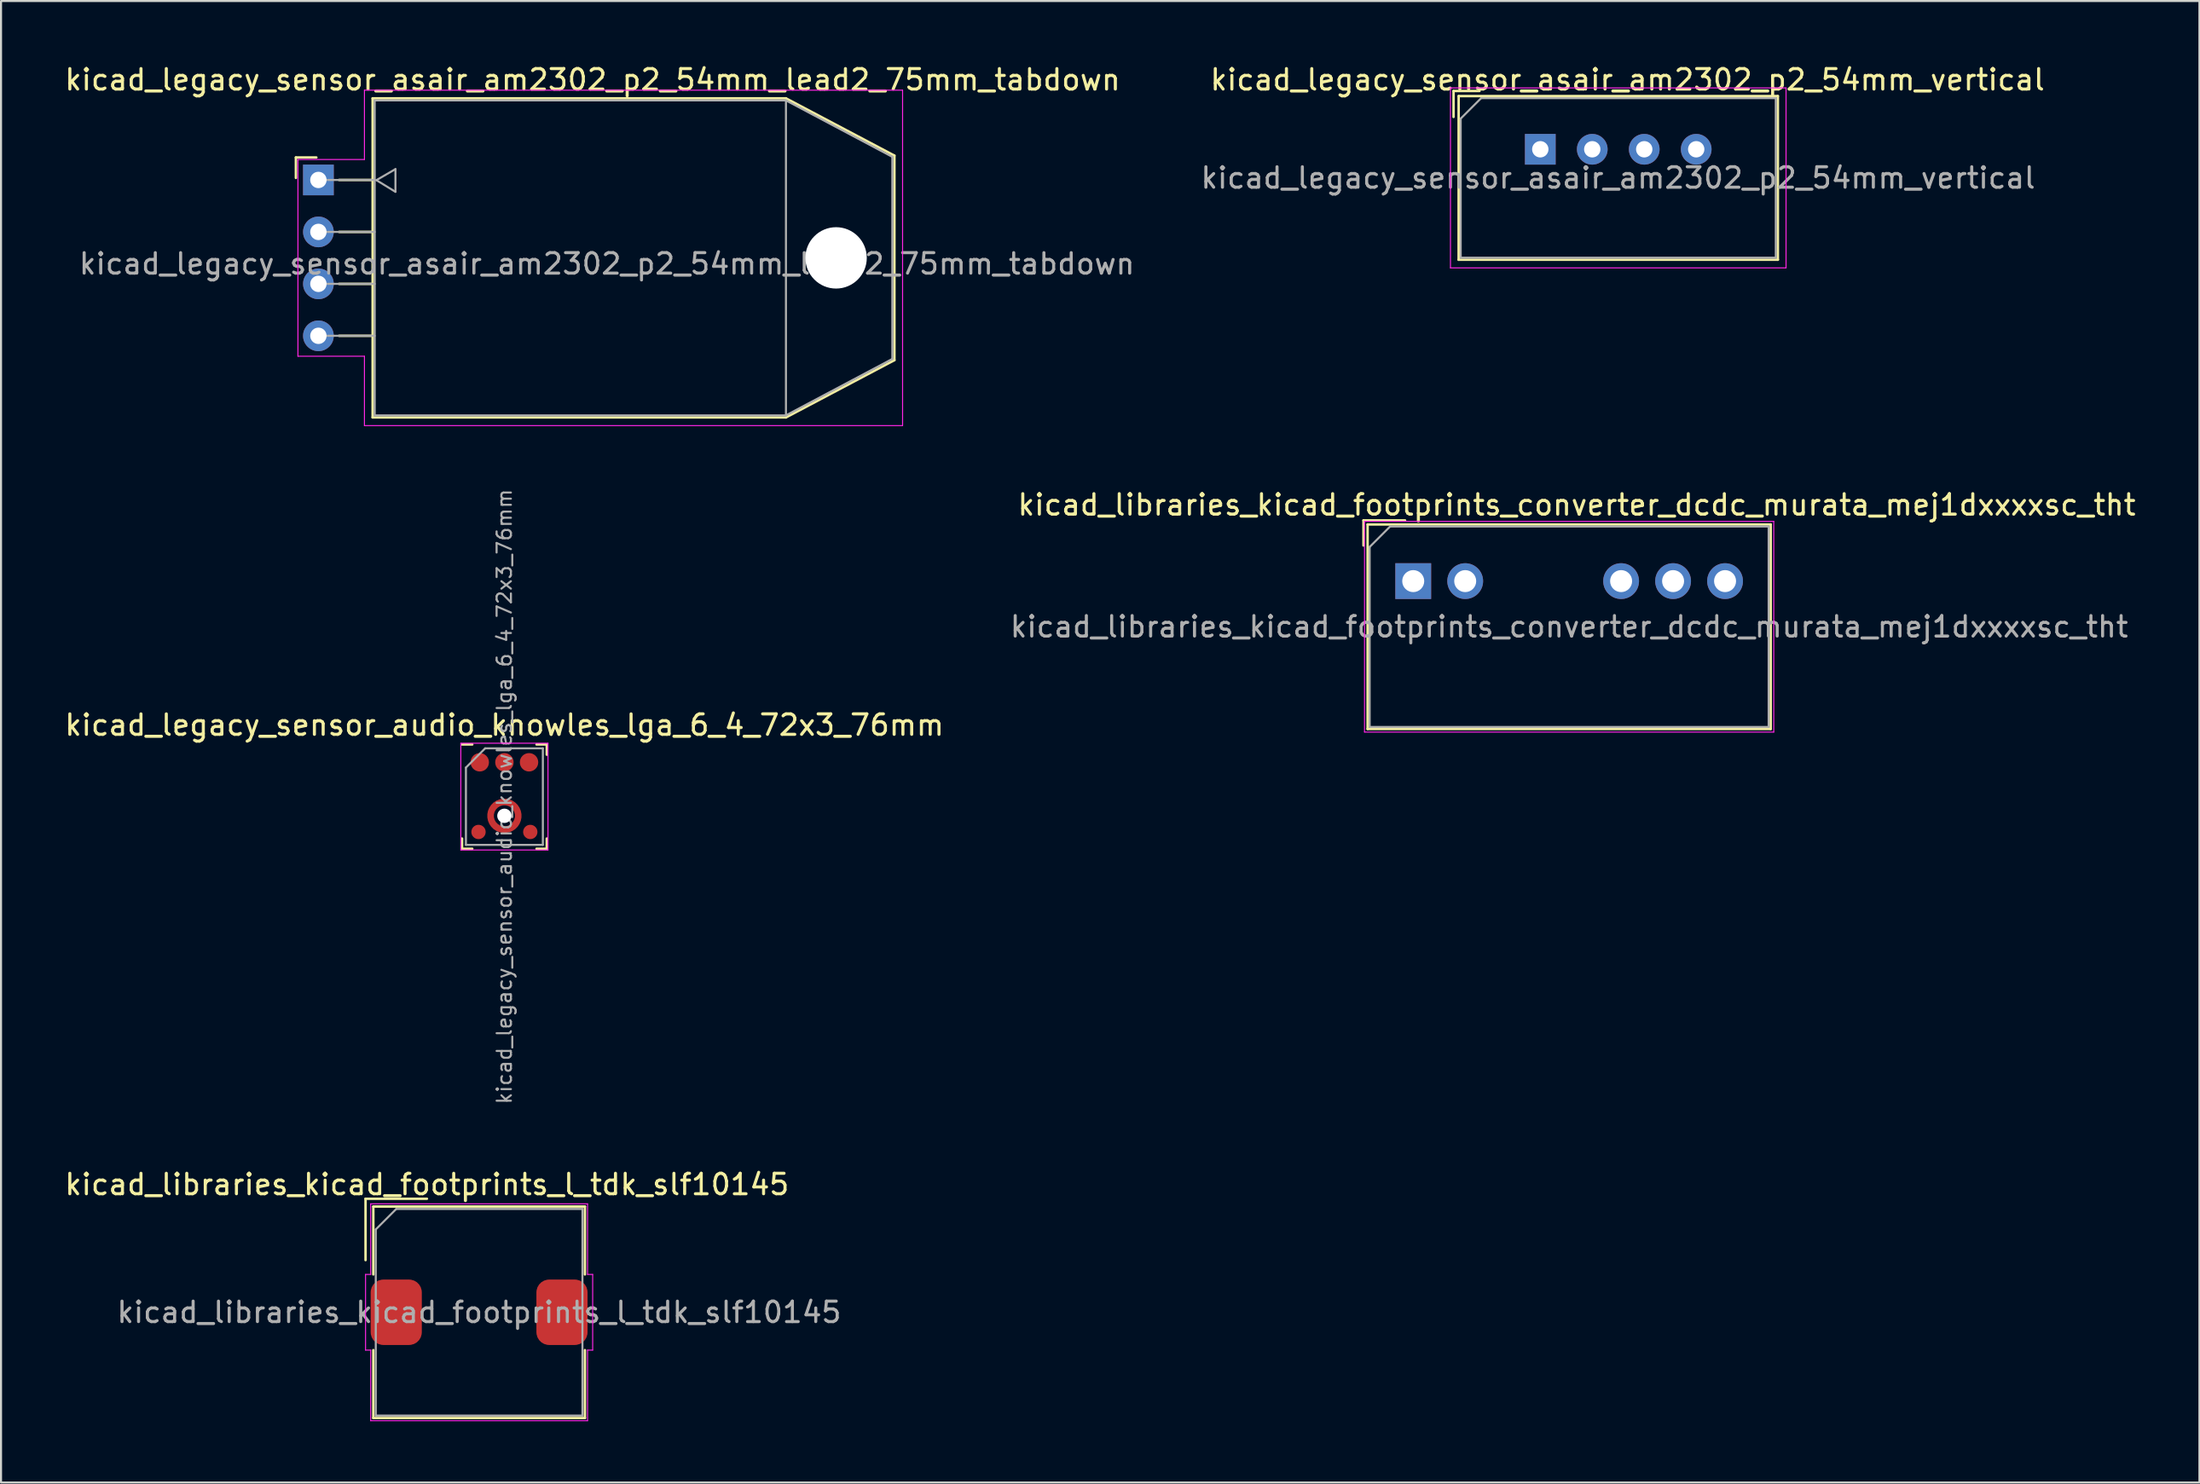
<source format=kicad_pcb>
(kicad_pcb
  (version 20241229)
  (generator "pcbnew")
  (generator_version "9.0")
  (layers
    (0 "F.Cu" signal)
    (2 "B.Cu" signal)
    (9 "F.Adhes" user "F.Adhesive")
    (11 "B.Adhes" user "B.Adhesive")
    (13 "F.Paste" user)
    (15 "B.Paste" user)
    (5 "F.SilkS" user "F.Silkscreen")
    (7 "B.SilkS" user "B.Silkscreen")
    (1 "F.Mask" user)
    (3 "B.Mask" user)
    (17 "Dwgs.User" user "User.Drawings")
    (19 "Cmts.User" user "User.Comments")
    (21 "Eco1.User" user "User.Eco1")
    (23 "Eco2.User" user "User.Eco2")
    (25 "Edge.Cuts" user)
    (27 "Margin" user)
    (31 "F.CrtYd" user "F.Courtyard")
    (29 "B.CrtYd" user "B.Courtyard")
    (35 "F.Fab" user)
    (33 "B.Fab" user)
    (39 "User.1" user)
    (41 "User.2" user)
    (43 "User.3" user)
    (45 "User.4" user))
  (footprint "kicad_libraries_kicad_footprints_converter_dcdc_murata_mej1dxxxxsc_tht"
    (layer "F.Cu")
    (at 66.017 25.361)
    (property "Reference" "kicad_libraries_kicad_footprints_converter_dcdc_murata_mej1dxxxxsc_tht" (at 7.99 -3.73 0) (layer "F.SilkS") (effects (font (size 1 1) (thickness 0.15))))
    (attr through_hole)
    (fp_line (start -2.43 -2.97) (end -2.43 -1.74) (stroke (width 0.12) (type solid)) (layer "F.SilkS"))
    (fp_line (start -2.43 -2.97) (end -0.4 -2.97) (stroke (width 0.12) (type solid)) (layer "F.SilkS"))
    (fp_line (start -2.23 -2.77) (end -2.23 7.23) (stroke (width 0.12) (type solid)) (layer "F.SilkS"))
    (fp_line (start -2.23 7.23) (end 17.47 7.23) (stroke (width 0.12) (type solid)) (layer "F.SilkS"))
    (fp_line (start 17.47 -2.77) (end -2.23 -2.77) (stroke (width 0.12) (type solid)) (layer "F.SilkS"))
    (fp_line (start 17.47 7.23) (end 17.47 -2.77) (stroke (width 0.12) (type solid)) (layer "F.SilkS"))
    (fp_line (start -2.38 -2.92) (end -2.38 7.38) (stroke (width 0.05) (type solid)) (layer "F.CrtYd"))
    (fp_line (start 17.62 -2.92) (end -2.38 -2.92) (stroke (width 0.05) (type solid)) (layer "F.CrtYd"))
    (fp_line (start 17.62 7.38) (end -2.38 7.38) (stroke (width 0.05) (type solid)) (layer "F.CrtYd"))
    (fp_line (start 17.62 7.38) (end 17.62 -2.92) (stroke (width 0.05) (type solid)) (layer "F.CrtYd"))
    (fp_line (start -2.13 -1.67) (end -2.13 7.13) (stroke (width 0.1) (type solid)) (layer "F.Fab"))
    (fp_line (start -1.13 -2.67) (end -2.13 -1.67) (stroke (width 0.1) (type solid)) (layer "F.Fab"))
    (fp_line (start 17.37 -2.67) (end -1.13 -2.67) (stroke (width 0.1) (type solid)) (layer "F.Fab"))
    (fp_line (start 17.37 -2.67) (end 17.37 7.13) (stroke (width 0.1) (type solid)) (layer "F.Fab"))
    (fp_line (start 17.37 7.13) (end -2.13 7.13) (stroke (width 0.1) (type solid)) (layer "F.Fab"))
    (fp_text user "${REFERENCE}" (at 7.62 2.23 180) (layer "F.Fab") (effects (font (size 1 1) (thickness 0.15))))
    (pad "1" thru_hole rect (at 0 0) (size 1.75 1.75) (drill 1.075) (layers "*.Cu" "*.Mask"))
    (pad "2" thru_hole oval (at 2.54 0) (size 1.75 1.75) (drill 1.075) (layers "*.Cu" "*.Mask"))
    (pad "5" thru_hole oval (at 10.16 0) (size 1.75 1.75) (drill 1.075) (layers "*.Cu" "*.Mask"))
    (pad "6" thru_hole oval (at 12.7 0) (size 1.75 1.75) (drill 1.075) (layers "*.Cu" "*.Mask"))
    (pad "7" thru_hole oval (at 15.24 0) (size 1.75 1.75) (drill 1.075) (layers "*.Cu" "*.Mask")))
  (footprint "kicad_legacy_sensor_asair_am2302_p2_54mm_vertical"
    (layer "F.Cu")
    (at 72.227 4.248)
    (property "Reference" "kicad_legacy_sensor_asair_am2302_p2_54mm_vertical" (at 4.26 -3.4 180) (layer "F.SilkS") (effects (font (size 1 1) (thickness 0.15))))
    (attr through_hole)
    (fp_line (start -4.24 -2.85) (end -2.97 -2.85) (stroke (width 0.12) (type solid)) (layer "F.SilkS"))
    (fp_line (start -4.24 -1.58) (end -4.24 -2.85) (stroke (width 0.12) (type solid)) (layer "F.SilkS"))
    (fp_line (start -3.99 -2.6) (end 11.61 -2.6) (stroke (width 0.12) (type solid)) (layer "F.SilkS"))
    (fp_line (start -3.99 5.4) (end -3.99 -2.6) (stroke (width 0.12) (type solid)) (layer "F.SilkS"))
    (fp_line (start 11.61 -2.6) (end 11.61 5.4) (stroke (width 0.12) (type solid)) (layer "F.SilkS"))
    (fp_line (start 11.61 5.4) (end -3.99 5.4) (stroke (width 0.12) (type solid)) (layer "F.SilkS"))
    (fp_line (start -4.39 -3) (end 12.01 -3) (stroke (width 0.05) (type solid)) (layer "F.CrtYd"))
    (fp_line (start -4.39 5.8) (end -4.39 -3) (stroke (width 0.05) (type solid)) (layer "F.CrtYd"))
    (fp_line (start 12.01 -3) (end 12.01 5.8) (stroke (width 0.05) (type solid)) (layer "F.CrtYd"))
    (fp_line (start 12.01 5.8) (end -4.39 5.8) (stroke (width 0.05) (type solid)) (layer "F.CrtYd"))
    (fp_line (start -3.89 5.3) (end -3.89 -1.5) (stroke (width 0.1) (type solid)) (layer "F.Fab"))
    (fp_line (start -3.89 5.3) (end 11.51 5.3) (stroke (width 0.1) (type solid)) (layer "F.Fab"))
    (fp_line (start -2.89 -2.5) (end -3.89 -1.5) (stroke (width 0.1) (type default)) (layer "F.Fab"))
    (fp_line (start -2.89 -2.5) (end 11.51 -2.5) (stroke (width 0.1) (type solid)) (layer "F.Fab"))
    (fp_line (start 11.51 -2.5) (end 11.51 5.3) (stroke (width 0.1) (type solid)) (layer "F.Fab"))
    (fp_text user "${REFERENCE}" (at 3.8 1.4 180) (layer "F.Fab") (effects (font (size 1 1) (thickness 0.15))))
    (pad "1" thru_hole rect (at 0 0 90) (size 1.5 1.5) (drill 0.8) (layers "*.Cu" "*.Mask"))
    (pad "2" thru_hole circle (at 2.54 0 90) (size 1.5 1.5) (drill 0.8) (layers "*.Cu" "*.Mask"))
    (pad "3" thru_hole circle (at 5.08 0 90) (size 1.5 1.5) (drill 0.8) (layers "*.Cu" "*.Mask"))
    (pad "4" thru_hole circle (at 7.62 0 90) (size 1.5 1.5) (drill 0.8) (layers "*.Cu" "*.Mask")))
  (footprint "kicad_libraries_kicad_footprints_l_tdk_slf10145"
    (layer "F.Cu")
    (at 20.365 61.108)
    (property "Reference" "kicad_libraries_kicad_footprints_l_tdk_slf10145" (at -2.55 -6.25 0) (layer "F.SilkS") (effects (font (size 1 1) (thickness 0.15))))
    (attr smd)
    (fp_line (start -5.55 -5.55) (end -2.55 -5.55) (stroke (width 0.12) (type solid)) (layer "F.SilkS"))
    (fp_line (start -5.55 -2.55) (end -5.55 -5.55) (stroke (width 0.12) (type solid)) (layer "F.SilkS"))
    (fp_line (start -5.17 -5.17) (end -5.17 -1.85) (stroke (width 0.12) (type solid)) (layer "F.SilkS"))
    (fp_line (start -5.17 -5.17) (end 5.17 -5.17) (stroke (width 0.12) (type solid)) (layer "F.SilkS"))
    (fp_line (start -5.17 1.85) (end -5.17 5.17) (stroke (width 0.12) (type solid)) (layer "F.SilkS"))
    (fp_line (start -5.17 5.17) (end 5.17 5.17) (stroke (width 0.12) (type solid)) (layer "F.SilkS"))
    (fp_line (start 5.17 -5.17) (end 5.17 -1.85) (stroke (width 0.12) (type solid)) (layer "F.SilkS"))
    (fp_line (start 5.17 1.85) (end 5.17 5.17) (stroke (width 0.12) (type solid)) (layer "F.SilkS"))
    (fp_line (start -5.55 -1.85) (end -5.55 1.85) (stroke (width 0.05) (type solid)) (layer "F.CrtYd"))
    (fp_line (start -5.55 1.85) (end -5.3 1.85) (stroke (width 0.05) (type solid)) (layer "F.CrtYd"))
    (fp_line (start -5.3 -5.3) (end -5.3 -1.85) (stroke (width 0.05) (type solid)) (layer "F.CrtYd"))
    (fp_line (start -5.3 -5.3) (end 5.3 -5.3) (stroke (width 0.05) (type solid)) (layer "F.CrtYd"))
    (fp_line (start -5.3 -1.85) (end -5.55 -1.85) (stroke (width 0.05) (type solid)) (layer "F.CrtYd"))
    (fp_line (start -5.3 1.85) (end -5.3 5.3) (stroke (width 0.05) (type solid)) (layer "F.CrtYd"))
    (fp_line (start -5.3 5.3) (end 5.3 5.3) (stroke (width 0.05) (type solid)) (layer "F.CrtYd"))
    (fp_line (start 5.3 -5.3) (end 5.3 -1.85) (stroke (width 0.05) (type solid)) (layer "F.CrtYd"))
    (fp_line (start 5.3 -1.85) (end 5.55 -1.85) (stroke (width 0.05) (type solid)) (layer "F.CrtYd"))
    (fp_line (start 5.3 1.85) (end 5.3 5.3) (stroke (width 0.05) (type solid)) (layer "F.CrtYd"))
    (fp_line (start 5.55 -1.85) (end 5.55 1.85) (stroke (width 0.05) (type solid)) (layer "F.CrtYd"))
    (fp_line (start 5.55 1.85) (end 5.3 1.85) (stroke (width 0.05) (type solid)) (layer "F.CrtYd"))
    (fp_line (start -5.05 -4.05) (end -4.05 -5.05) (stroke (width 0.1) (type solid)) (layer "F.Fab"))
    (fp_line (start -5.05 5.05) (end -5.05 -4.05) (stroke (width 0.1) (type solid)) (layer "F.Fab"))
    (fp_line (start -4.05 -5.05) (end 5.05 -5.05) (stroke (width 0.1) (type solid)) (layer "F.Fab"))
    (fp_line (start 5.05 -5.05) (end 5.05 5.05) (stroke (width 0.1) (type solid)) (layer "F.Fab"))
    (fp_line (start 5.05 5.05) (end -5.05 5.05) (stroke (width 0.1) (type solid)) (layer "F.Fab"))
    (fp_text user "${REFERENCE}" (at 0 0 0) (layer "F.Fab") (effects (font (size 1 1) (thickness 0.15))))
    (pad "1" smd roundrect (at -4.05 0) (size 2.5 3.2) (layers "F.Cu" "F.Mask" "F.Paste") (roundrect_rratio 0.25))
    (pad "2" smd roundrect (at 4.05 0) (size 2.5 3.2) (layers "F.Cu" "F.Mask" "F.Paste") (roundrect_rratio 0.25)))
  (footprint "kicad_legacy_sensor_audio_knowles_lga_6_4_72x3_76mm"
    (layer "F.Cu")
    (at 21.601 35.897)
    (property "Reference" "kicad_legacy_sensor_audio_knowles_lga_6_4_72x3_76mm" (at 0 -3.5 0) (layer "F.SilkS") (effects (font (size 1 1) (thickness 0.15))))
    (attr smd)
    (fp_line (start -2.07 2.05) (end -2.07 2.55) (stroke (width 0.12) (type solid)) (layer "F.SilkS"))
    (fp_line (start -1.57 -2.55) (end -2.07 -2.55) (stroke (width 0.12) (type solid)) (layer "F.SilkS"))
    (fp_line (start -1.57 2.55) (end -2.07 2.55) (stroke (width 0.12) (type solid)) (layer "F.SilkS"))
    (fp_line (start 1.57 -2.55) (end 2.07 -2.55) (stroke (width 0.12) (type solid)) (layer "F.SilkS"))
    (fp_line (start 2.07 -2.55) (end 2.07 -2.05) (stroke (width 0.12) (type solid)) (layer "F.SilkS"))
    (fp_line (start 2.07 2.05) (end 2.07 2.55) (stroke (width 0.12) (type solid)) (layer "F.SilkS"))
    (fp_line (start 2.07 2.55) (end 1.57 2.55) (stroke (width 0.12) (type solid)) (layer "F.SilkS"))
    (fp_arc (start -0.6073 1.233) (mid -0.675406 0.938) (end -0.6073 0.643) (stroke (width 0.3) (type solid)) (layer "F.Paste"))
    (fp_arc (start -0.295 0.3307) (mid 0 0.262594) (end 0.295 0.3307) (stroke (width 0.3) (type solid)) (layer "F.Paste"))
    (fp_arc (start 0.295 1.5453) (mid 0 1.613406) (end -0.295 1.5453) (stroke (width 0.3255) (type solid)) (layer "F.Paste"))
    (fp_arc (start 0.6073 0.643) (mid 0.675406 0.938) (end 0.6073 1.233) (stroke (width 0.3) (type solid)) (layer "F.Paste"))
    (fp_line (start -2.13 -2.61) (end 2.13 -2.61) (stroke (width 0.05) (type solid)) (layer "F.CrtYd"))
    (fp_line (start -2.13 2.61) (end -2.13 -2.61) (stroke (width 0.05) (type solid)) (layer "F.CrtYd"))
    (fp_line (start 2.13 -2.61) (end 2.13 2.61) (stroke (width 0.05) (type solid)) (layer "F.CrtYd"))
    (fp_line (start 2.13 2.61) (end -2.13 2.61) (stroke (width 0.05) (type solid)) (layer "F.CrtYd"))
    (fp_line (start -1.88 -1.42) (end -0.94 -2.36) (stroke (width 0.1) (type default)) (layer "F.Fab"))
    (fp_line (start -1.88 2.36) (end -1.88 -1.42) (stroke (width 0.1) (type solid)) (layer "F.Fab"))
    (fp_line (start 1.88 -2.36) (end -0.94 -2.36) (stroke (width 0.1) (type solid)) (layer "F.Fab"))
    (fp_line (start 1.88 -2.36) (end 1.88 2.36) (stroke (width 0.1) (type solid)) (layer "F.Fab"))
    (fp_line (start 1.88 2.36) (end -1.88 2.36) (stroke (width 0.1) (type solid)) (layer "F.Fab"))
    (fp_text user "${REFERENCE}" (at 0 0 90) (layer "F.Fab") (effects (font (size 0.7 0.7) (thickness 0.1))))
    (pad "" np_thru_hole circle (at 0 0.938) (size 0.7 0.7) (drill 0.7) (layers "*.Cu" "*.Mask"))
    (pad "1" smd circle (at -1.204 -1.678) (size 0.9 0.9) (layers "F.Cu" "F.Mask" "F.Paste"))
    (pad "2" smd circle (at -1.265 1.728) (size 0.7 0.7) (layers "F.Cu" "F.Mask" "F.Paste"))
    (pad "3" smd custom (at 0 1.613) (size 0.3 0.3) (layers "F.Cu" "F.Mask") (options (anchor circle)) (primitives (gr_circle (center 0 -0.675) (end 0.675 -0.675) (width 0.326) (fill no))))
    (pad "4" smd circle (at 1.265 1.728) (size 0.7 0.7) (layers "F.Cu" "F.Mask" "F.Paste"))
    (pad "5" smd circle (at 1.204 -1.678) (size 0.9 0.9) (layers "F.Cu" "F.Mask" "F.Paste"))
    (pad "6" smd circle (at 0 -1.678) (size 0.9 0.9) (layers "F.Cu" "F.Mask" "F.Paste")))
  (footprint "kicad_legacy_sensor_asair_am2302_p2_54mm_lead2_75mm_tabdown"
    (layer "F.Cu")
    (at 12.511 5.748)
    (property "Reference" "kicad_legacy_sensor_asair_am2302_p2_54mm_lead2_75mm_tabdown" (at 13.4 -4.9 180) (layer "F.SilkS") (effects (font (size 1 1) (thickness 0.15))))
    (attr through_hole)
    (fp_line (start -1.1 -1.1) (end -0.1 -1.1) (stroke (width 0.12) (type default)) (layer "F.SilkS"))
    (fp_line (start -1.1 -0.1) (end -1.1 -1.1) (stroke (width 0.12) (type default)) (layer "F.SilkS"))
    (fp_line (start 1.01 0) (end 2.65 0) (stroke (width 0.12) (type default)) (layer "F.SilkS"))
    (fp_line (start 1.01 2.54) (end 2.65 2.54) (stroke (width 0.12) (type default)) (layer "F.SilkS"))
    (fp_line (start 1.01 5.08) (end 2.65 5.08) (stroke (width 0.12) (type default)) (layer "F.SilkS"))
    (fp_line (start 1.01 7.62) (end 2.65 7.62) (stroke (width 0.12) (type default)) (layer "F.SilkS"))
    (fp_line (start 2.65 -3.99) (end 22.85 -3.99) (stroke (width 0.12) (type solid)) (layer "F.SilkS"))
    (fp_line (start 2.65 11.61) (end 2.65 -3.99) (stroke (width 0.12) (type solid)) (layer "F.SilkS"))
    (fp_line (start 22.85 -3.99) (end 28.15 -1.19) (stroke (width 0.12) (type default)) (layer "F.SilkS"))
    (fp_line (start 22.85 11.61) (end 2.65 11.61) (stroke (width 0.12) (type solid)) (layer "F.SilkS"))
    (fp_line (start 28.15 -1.19) (end 28.15 8.81) (stroke (width 0.12) (type solid)) (layer "F.SilkS"))
    (fp_line (start 28.15 8.81) (end 22.85 11.61) (stroke (width 0.12) (type default)) (layer "F.SilkS"))
    (fp_line (start -1 -1) (end 2.25 -1) (stroke (width 0.05) (type solid)) (layer "F.CrtYd"))
    (fp_line (start -1 8.62) (end -1 -1) (stroke (width 0.05) (type solid)) (layer "F.CrtYd"))
    (fp_line (start 2.25 -4.39) (end 2.25 -1) (stroke (width 0.05) (type default)) (layer "F.CrtYd"))
    (fp_line (start 2.25 -4.39) (end 28.55 -4.39) (stroke (width 0.05) (type solid)) (layer "F.CrtYd"))
    (fp_line (start 2.25 8.62) (end -1 8.62) (stroke (width 0.05) (type solid)) (layer "F.CrtYd"))
    (fp_line (start 2.25 8.62) (end 2.25 12.01) (stroke (width 0.05) (type default)) (layer "F.CrtYd"))
    (fp_line (start 28.55 -4.39) (end 28.55 12.01) (stroke (width 0.05) (type solid)) (layer "F.CrtYd"))
    (fp_line (start 28.55 12.01) (end 2.25 12.01) (stroke (width 0.05) (type solid)) (layer "F.CrtYd"))
    (fp_line (start 0 0) (end 2.75 0) (stroke (width 0.1) (type default)) (layer "F.Fab"))
    (fp_line (start 0 2.54) (end 2.75 2.54) (stroke (width 0.1) (type default)) (layer "F.Fab"))
    (fp_line (start 0 5.08) (end 2.75 5.08) (stroke (width 0.1) (type default)) (layer "F.Fab"))
    (fp_line (start 0 7.62) (end 2.75 7.62) (stroke (width 0.1) (type default)) (layer "F.Fab"))
    (fp_line (start 2.75 -3.89) (end 2.75 11.51) (stroke (width 0.1) (type solid)) (layer "F.Fab"))
    (fp_line (start 2.75 -3.89) (end 22.85 -3.89) (stroke (width 0.1) (type default)) (layer "F.Fab"))
    (fp_line (start 2.75 11.51) (end 22.85 11.51) (stroke (width 0.1) (type default)) (layer "F.Fab"))
    (fp_line (start 2.835 0.01) (end 3.765 -0.53) (stroke (width 0.1) (type default)) (layer "F.Fab"))
    (fp_line (start 2.835 0.01) (end 3.765 0.58) (stroke (width 0.1) (type default)) (layer "F.Fab"))
    (fp_line (start 3.765 -0.53) (end 3.765 0.58) (stroke (width 0.1) (type default)) (layer "F.Fab"))
    (fp_line (start 22.85 -3.89) (end 22.85 11.51) (stroke (width 0.1) (type default)) (layer "F.Fab"))
    (fp_line (start 22.85 -3.89) (end 28.05 -1.13) (stroke (width 0.1) (type default)) (layer "F.Fab"))
    (fp_line (start 22.85 11.51) (end 28.05 8.75) (stroke (width 0.1) (type default)) (layer "F.Fab"))
    (fp_line (start 28.05 -1.13) (end 28.05 8.75) (stroke (width 0.1) (type default)) (layer "F.Fab"))
    (fp_text user "${REFERENCE}" (at 14.1 4.1 180) (layer "F.Fab") (effects (font (size 1 1) (thickness 0.15))))
    (pad "" np_thru_hole circle (at 25.3 3.81) (size 3 3) (drill 3) (layers "*.Cu" "*.Mask"))
    (pad "1" thru_hole rect (at 0 0) (size 1.5 1.5) (drill 0.8) (layers "*.Cu" "*.Mask"))
    (pad "2" thru_hole circle (at 0 2.54) (size 1.5 1.5) (drill 0.8) (layers "*.Cu" "*.Mask"))
    (pad "3" thru_hole circle (at 0 5.08) (size 1.5 1.5) (drill 0.8) (layers "*.Cu" "*.Mask"))
    (pad "4" thru_hole circle (at 0 7.62) (size 1.5 1.5) (drill 0.8) (layers "*.Cu" "*.Mask")))
  (gr_rect
    (start -3 -3)
    (end 104.441 69.433)
    (stroke (width 0.1) (type default))
    (fill no)
    (layer "Edge.Cuts")))
</source>
